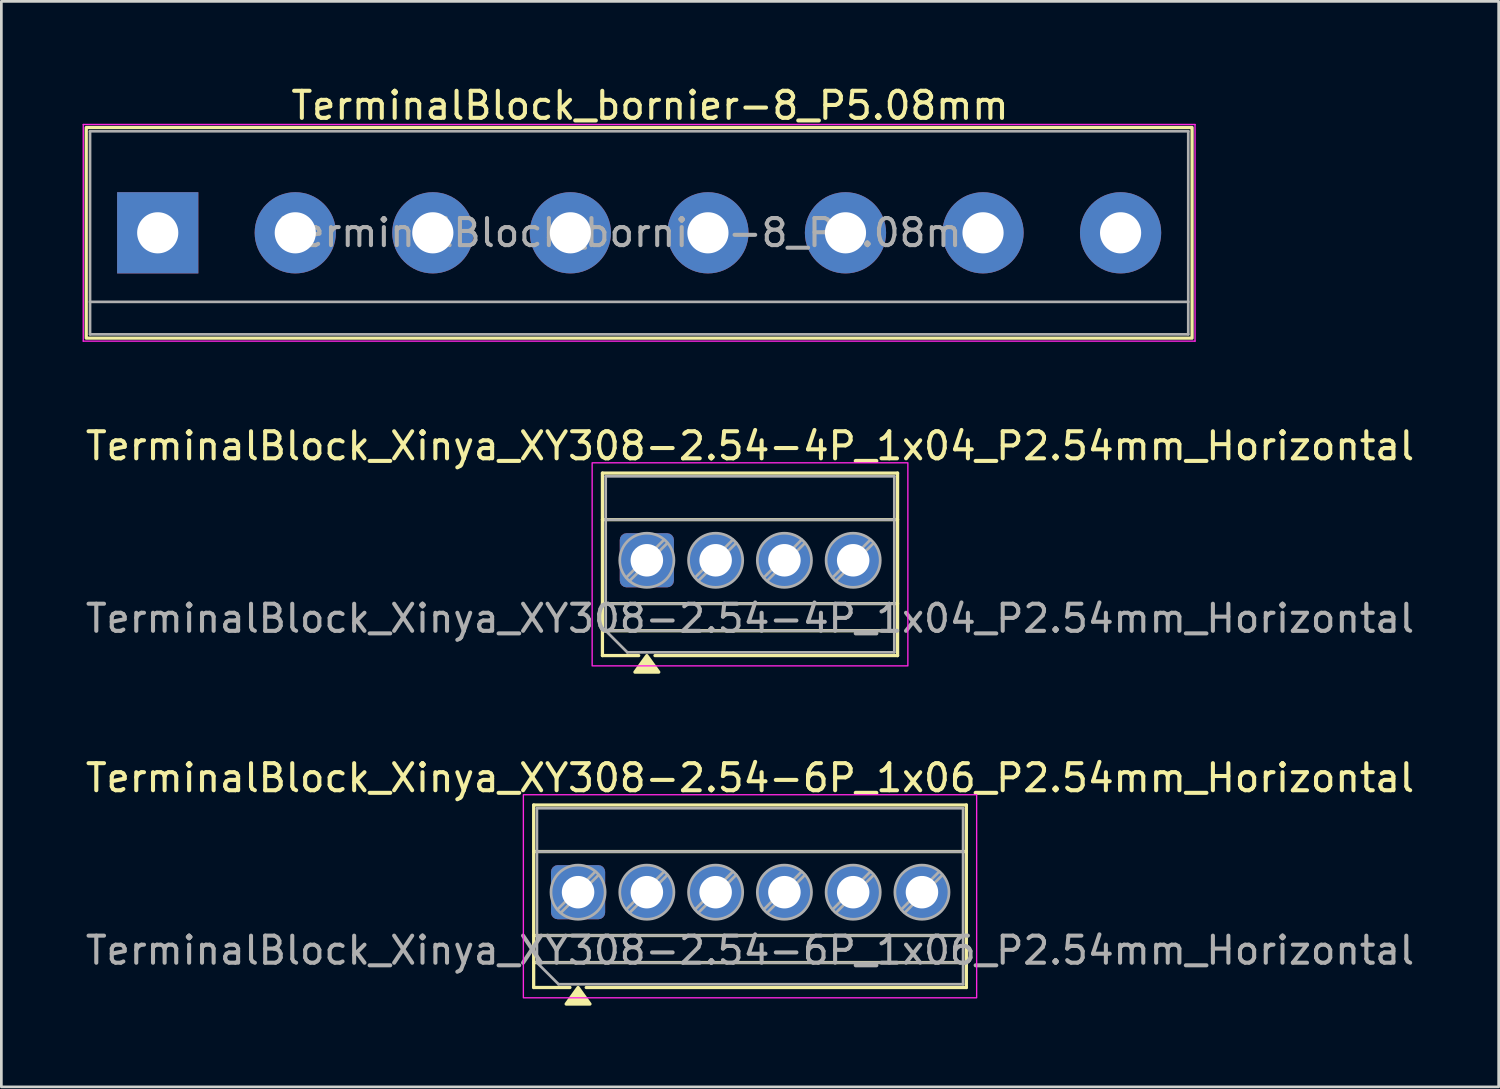
<source format=kicad_pcb>
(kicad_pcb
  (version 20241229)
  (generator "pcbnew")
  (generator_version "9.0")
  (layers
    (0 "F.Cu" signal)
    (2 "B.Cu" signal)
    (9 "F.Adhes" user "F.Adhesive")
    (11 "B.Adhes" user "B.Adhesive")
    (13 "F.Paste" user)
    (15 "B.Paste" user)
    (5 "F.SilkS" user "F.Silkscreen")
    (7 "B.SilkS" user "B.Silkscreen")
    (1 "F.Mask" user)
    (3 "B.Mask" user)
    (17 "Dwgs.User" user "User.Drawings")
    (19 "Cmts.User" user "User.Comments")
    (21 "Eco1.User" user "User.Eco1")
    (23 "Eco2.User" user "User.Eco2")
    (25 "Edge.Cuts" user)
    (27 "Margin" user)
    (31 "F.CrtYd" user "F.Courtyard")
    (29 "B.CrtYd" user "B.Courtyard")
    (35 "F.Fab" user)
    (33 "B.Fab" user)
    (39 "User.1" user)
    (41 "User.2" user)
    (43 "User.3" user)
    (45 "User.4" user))
  (footprint "TerminalBlock_bornier-8_P5.08mm"
    (layer "F.Cu")
    (at 2.775 5.548)
    (property "Reference" "TerminalBlock_bornier-8_P5.08mm" (at 18.18 -4.7 0) (layer "F.SilkS") (effects (font (size 1 1) (thickness 0.15))))
    (attr through_hole)
    (fp_rect (start -2.64 -3.89) (end 38.2 3.89) (stroke (width 0.12) (type default)) (fill no) (layer "F.SilkS"))
    (fp_line (start -2.75 -4) (end -2.75 4) (stroke (width 0.05) (type solid)) (layer "F.CrtYd"))
    (fp_line (start -2.75 -4) (end 38.31 -4) (stroke (width 0.05) (type solid)) (layer "F.CrtYd"))
    (fp_line (start 38.31 4) (end -2.75 4) (stroke (width 0.05) (type solid)) (layer "F.CrtYd"))
    (fp_line (start 38.31 4) (end 38.31 -4) (stroke (width 0.05) (type solid)) (layer "F.CrtYd"))
    (fp_line (start -2.5 -3.75) (end -2.5 3.75) (stroke (width 0.1) (type solid)) (layer "F.Fab"))
    (fp_line (start -2.5 2.55) (end 38.06 2.55) (stroke (width 0.1) (type solid)) (layer "F.Fab"))
    (fp_line (start -2.5 3.75) (end 38.06 3.75) (stroke (width 0.1) (type solid)) (layer "F.Fab"))
    (fp_line (start 38.06 -3.75) (end -2.5 -3.75) (stroke (width 0.1) (type solid)) (layer "F.Fab"))
    (fp_line (start 38.06 3.75) (end 38.06 -3.75) (stroke (width 0.1) (type solid)) (layer "F.Fab"))
    (fp_text user "${REFERENCE}" (at 17.78 0 0) (layer "F.Fab") (effects (font (size 1 1) (thickness 0.15))))
    (pad "1" thru_hole rect (at 0 0) (size 3 3) (drill 1.52) (layers "*.Cu" "*.Mask"))
    (pad "2" thru_hole circle (at 5.08 0) (size 3 3) (drill 1.52) (layers "*.Cu" "*.Mask"))
    (pad "3" thru_hole circle (at 10.16 0) (size 3 3) (drill 1.52) (layers "*.Cu" "*.Mask"))
    (pad "4" thru_hole circle (at 15.24 0) (size 3 3) (drill 1.52) (layers "*.Cu" "*.Mask"))
    (pad "5" thru_hole circle (at 20.32 0) (size 3 3) (drill 1.52) (layers "*.Cu" "*.Mask"))
    (pad "6" thru_hole circle (at 25.4 0) (size 3 3) (drill 1.52) (layers "*.Cu" "*.Mask"))
    (pad "7" thru_hole circle (at 30.48 0) (size 3 3) (drill 1.52) (layers "*.Cu" "*.Mask"))
    (pad "8" thru_hole circle (at 35.56 0) (size 3 3) (drill 1.52) (layers "*.Cu" "*.Mask")))
  (footprint "TerminalBlock_Xinya_XY308-2.54-4P_1x04_P2.54mm_Horizontal"
    (layer "F.Cu")
    (at 20.839 17.642)
    (property "Reference" "TerminalBlock_Xinya_XY308-2.54-4P_1x04_P2.54mm_Horizontal" (at 3.81 -4.22 0) (layer "F.SilkS") (effects (font (size 1 1) (thickness 0.15))))
    (attr through_hole)
    (fp_line (start -1.64 -3.22) (end 9.26 -3.22) (stroke (width 0.12) (type solid)) (layer "F.SilkS"))
    (fp_line (start -1.64 -1.5) (end 9.26 -1.5) (stroke (width 0.12) (type solid)) (layer "F.SilkS"))
    (fp_line (start -1.64 1.6) (end 9.26 1.6) (stroke (width 0.12) (type solid)) (layer "F.SilkS"))
    (fp_line (start -1.64 2.6) (end 9.26 2.6) (stroke (width 0.12) (type solid)) (layer "F.SilkS"))
    (fp_line (start -1.64 3.52) (end -1.64 -3.22) (stroke (width 0.12) (type solid)) (layer "F.SilkS"))
    (fp_line (start -0.3 3.52) (end -1.64 3.52) (stroke (width 0.12) (type solid)) (layer "F.SilkS"))
    (fp_line (start 9.26 -3.22) (end 9.26 3.52) (stroke (width 0.12) (type solid)) (layer "F.SilkS"))
    (fp_line (start 9.26 3.52) (end 0.3 3.52) (stroke (width 0.12) (type solid)) (layer "F.SilkS"))
    (fp_poly (pts (xy 0 3.52) (xy 0.44 4.13) (xy -0.44 4.13)) (stroke (width 0.12) (type solid)) (fill yes) (layer "F.SilkS"))
    (fp_rect (start -2.02 -3.6) (end 9.64 3.9) (stroke (width 0.05) (type solid)) (fill no) (layer "F.CrtYd"))
    (fp_line (start -1.52 -3.1) (end 9.14 -3.1) (stroke (width 0.1) (type solid)) (layer "F.Fab"))
    (fp_line (start -1.52 -1.5) (end 9.14 -1.5) (stroke (width 0.1) (type solid)) (layer "F.Fab"))
    (fp_line (start -1.52 1.6) (end 9.14 1.6) (stroke (width 0.1) (type solid)) (layer "F.Fab"))
    (fp_line (start -1.52 2.6) (end -1.52 -3.1) (stroke (width 0.1) (type solid)) (layer "F.Fab"))
    (fp_line (start -1.52 2.6) (end 9.14 2.6) (stroke (width 0.1) (type solid)) (layer "F.Fab"))
    (fp_line (start -0.72 3.4) (end -1.52 2.6) (stroke (width 0.1) (type solid)) (layer "F.Fab"))
    (fp_line (start 0.636 -0.758) (end -0.758 0.636) (stroke (width 0.1) (type solid)) (layer "F.Fab"))
    (fp_line (start 0.758 -0.636) (end -0.636 0.758) (stroke (width 0.1) (type solid)) (layer "F.Fab"))
    (fp_line (start 3.176 -0.758) (end 1.782 0.636) (stroke (width 0.1) (type solid)) (layer "F.Fab"))
    (fp_line (start 3.298 -0.636) (end 1.904 0.758) (stroke (width 0.1) (type solid)) (layer "F.Fab"))
    (fp_line (start 5.716 -0.758) (end 4.322 0.636) (stroke (width 0.1) (type solid)) (layer "F.Fab"))
    (fp_line (start 5.838 -0.636) (end 4.444 0.758) (stroke (width 0.1) (type solid)) (layer "F.Fab"))
    (fp_line (start 8.256 -0.758) (end 6.862 0.636) (stroke (width 0.1) (type solid)) (layer "F.Fab"))
    (fp_line (start 8.378 -0.636) (end 6.984 0.758) (stroke (width 0.1) (type solid)) (layer "F.Fab"))
    (fp_line (start 9.14 -3.1) (end 9.14 3.4) (stroke (width 0.1) (type solid)) (layer "F.Fab"))
    (fp_line (start 9.14 3.4) (end -0.72 3.4) (stroke (width 0.1) (type solid)) (layer "F.Fab"))
    (fp_circle (center 0 0) (end 1 0) (stroke (width 0.1) (type solid)) (fill no) (layer "F.Fab"))
    (fp_circle (center 2.54 0) (end 3.54 0) (stroke (width 0.1) (type solid)) (fill no) (layer "F.Fab"))
    (fp_circle (center 5.08 0) (end 6.08 0) (stroke (width 0.1) (type solid)) (fill no) (layer "F.Fab"))
    (fp_circle (center 7.62 0) (end 8.62 0) (stroke (width 0.1) (type solid)) (fill no) (layer "F.Fab"))
    (fp_text user "${REFERENCE}" (at 3.81 2.15 0) (layer "F.Fab") (effects (font (size 1 1) (thickness 0.15))))
    (pad "1" thru_hole roundrect (at 0 0) (size 2 2) (drill 1.2) (layers "*.Cu" "*.Mask") (roundrect_rratio 0.125))
    (pad "2" thru_hole circle (at 2.54 0) (size 2 2) (drill 1.2) (layers "*.Cu" "*.Mask"))
    (pad "3" thru_hole circle (at 5.08 0) (size 2 2) (drill 1.2) (layers "*.Cu" "*.Mask"))
    (pad "4" thru_hole circle (at 7.62 0) (size 2 2) (drill 1.2) (layers "*.Cu" "*.Mask")))
  (footprint "TerminalBlock_Xinya_XY308-2.54-6P_1x06_P2.54mm_Horizontal"
    (layer "F.Cu")
    (at 18.299 29.9)
    (property "Reference" "TerminalBlock_Xinya_XY308-2.54-6P_1x06_P2.54mm_Horizontal" (at 6.35 -4.22 0) (layer "F.SilkS") (effects (font (size 1 1) (thickness 0.15))))
    (attr through_hole)
    (fp_line (start -1.64 -3.22) (end 14.34 -3.22) (stroke (width 0.12) (type solid)) (layer "F.SilkS"))
    (fp_line (start -1.64 -1.5) (end 14.34 -1.5) (stroke (width 0.12) (type solid)) (layer "F.SilkS"))
    (fp_line (start -1.64 1.6) (end 14.34 1.6) (stroke (width 0.12) (type solid)) (layer "F.SilkS"))
    (fp_line (start -1.64 2.6) (end 14.34 2.6) (stroke (width 0.12) (type solid)) (layer "F.SilkS"))
    (fp_line (start -1.64 3.52) (end -1.64 -3.22) (stroke (width 0.12) (type solid)) (layer "F.SilkS"))
    (fp_line (start -0.3 3.52) (end -1.64 3.52) (stroke (width 0.12) (type solid)) (layer "F.SilkS"))
    (fp_line (start 14.34 -3.22) (end 14.34 3.52) (stroke (width 0.12) (type solid)) (layer "F.SilkS"))
    (fp_line (start 14.34 3.52) (end 0.3 3.52) (stroke (width 0.12) (type solid)) (layer "F.SilkS"))
    (fp_poly (pts (xy 0 3.52) (xy 0.44 4.13) (xy -0.44 4.13)) (stroke (width 0.12) (type solid)) (fill yes) (layer "F.SilkS"))
    (fp_rect (start -2.02 -3.6) (end 14.72 3.9) (stroke (width 0.05) (type solid)) (fill no) (layer "F.CrtYd"))
    (fp_line (start -1.52 -3.1) (end 14.22 -3.1) (stroke (width 0.1) (type solid)) (layer "F.Fab"))
    (fp_line (start -1.52 -1.5) (end 14.22 -1.5) (stroke (width 0.1) (type solid)) (layer "F.Fab"))
    (fp_line (start -1.52 1.6) (end 14.22 1.6) (stroke (width 0.1) (type solid)) (layer "F.Fab"))
    (fp_line (start -1.52 2.6) (end -1.52 -3.1) (stroke (width 0.1) (type solid)) (layer "F.Fab"))
    (fp_line (start -1.52 2.6) (end 14.22 2.6) (stroke (width 0.1) (type solid)) (layer "F.Fab"))
    (fp_line (start -0.72 3.4) (end -1.52 2.6) (stroke (width 0.1) (type solid)) (layer "F.Fab"))
    (fp_line (start 0.636 -0.758) (end -0.758 0.636) (stroke (width 0.1) (type solid)) (layer "F.Fab"))
    (fp_line (start 0.758 -0.636) (end -0.636 0.758) (stroke (width 0.1) (type solid)) (layer "F.Fab"))
    (fp_line (start 3.176 -0.758) (end 1.782 0.636) (stroke (width 0.1) (type solid)) (layer "F.Fab"))
    (fp_line (start 3.298 -0.636) (end 1.904 0.758) (stroke (width 0.1) (type solid)) (layer "F.Fab"))
    (fp_line (start 5.716 -0.758) (end 4.322 0.636) (stroke (width 0.1) (type solid)) (layer "F.Fab"))
    (fp_line (start 5.838 -0.636) (end 4.444 0.758) (stroke (width 0.1) (type solid)) (layer "F.Fab"))
    (fp_line (start 8.256 -0.758) (end 6.862 0.636) (stroke (width 0.1) (type solid)) (layer "F.Fab"))
    (fp_line (start 8.378 -0.636) (end 6.984 0.758) (stroke (width 0.1) (type solid)) (layer "F.Fab"))
    (fp_line (start 10.796 -0.758) (end 9.402 0.636) (stroke (width 0.1) (type solid)) (layer "F.Fab"))
    (fp_line (start 10.918 -0.636) (end 9.524 0.758) (stroke (width 0.1) (type solid)) (layer "F.Fab"))
    (fp_line (start 13.336 -0.758) (end 11.942 0.636) (stroke (width 0.1) (type solid)) (layer "F.Fab"))
    (fp_line (start 13.458 -0.636) (end 12.064 0.758) (stroke (width 0.1) (type solid)) (layer "F.Fab"))
    (fp_line (start 14.22 -3.1) (end 14.22 3.4) (stroke (width 0.1) (type solid)) (layer "F.Fab"))
    (fp_line (start 14.22 3.4) (end -0.72 3.4) (stroke (width 0.1) (type solid)) (layer "F.Fab"))
    (fp_circle (center 0 0) (end 1 0) (stroke (width 0.1) (type solid)) (fill no) (layer "F.Fab"))
    (fp_circle (center 2.54 0) (end 3.54 0) (stroke (width 0.1) (type solid)) (fill no) (layer "F.Fab"))
    (fp_circle (center 5.08 0) (end 6.08 0) (stroke (width 0.1) (type solid)) (fill no) (layer "F.Fab"))
    (fp_circle (center 7.62 0) (end 8.62 0) (stroke (width 0.1) (type solid)) (fill no) (layer "F.Fab"))
    (fp_circle (center 10.16 0) (end 11.16 0) (stroke (width 0.1) (type solid)) (fill no) (layer "F.Fab"))
    (fp_circle (center 12.7 0) (end 13.7 0) (stroke (width 0.1) (type solid)) (fill no) (layer "F.Fab"))
    (fp_text user "${REFERENCE}" (at 6.35 2.15 0) (layer "F.Fab") (effects (font (size 1 1) (thickness 0.15))))
    (pad "1" thru_hole roundrect (at 0 0) (size 2 2) (drill 1.2) (layers "*.Cu" "*.Mask") (roundrect_rratio 0.125))
    (pad "2" thru_hole circle (at 2.54 0) (size 2 2) (drill 1.2) (layers "*.Cu" "*.Mask"))
    (pad "3" thru_hole circle (at 5.08 0) (size 2 2) (drill 1.2) (layers "*.Cu" "*.Mask"))
    (pad "4" thru_hole circle (at 7.62 0) (size 2 2) (drill 1.2) (layers "*.Cu" "*.Mask"))
    (pad "5" thru_hole circle (at 10.16 0) (size 2 2) (drill 1.2) (layers "*.Cu" "*.Mask"))
    (pad "6" thru_hole circle (at 12.7 0) (size 2 2) (drill 1.2) (layers "*.Cu" "*.Mask")))
  (gr_rect
    (start -3 -3)
    (end 52.298 37.09)
    (stroke (width 0.1) (type default))
    (fill no)
    (layer "Edge.Cuts")))
</source>
